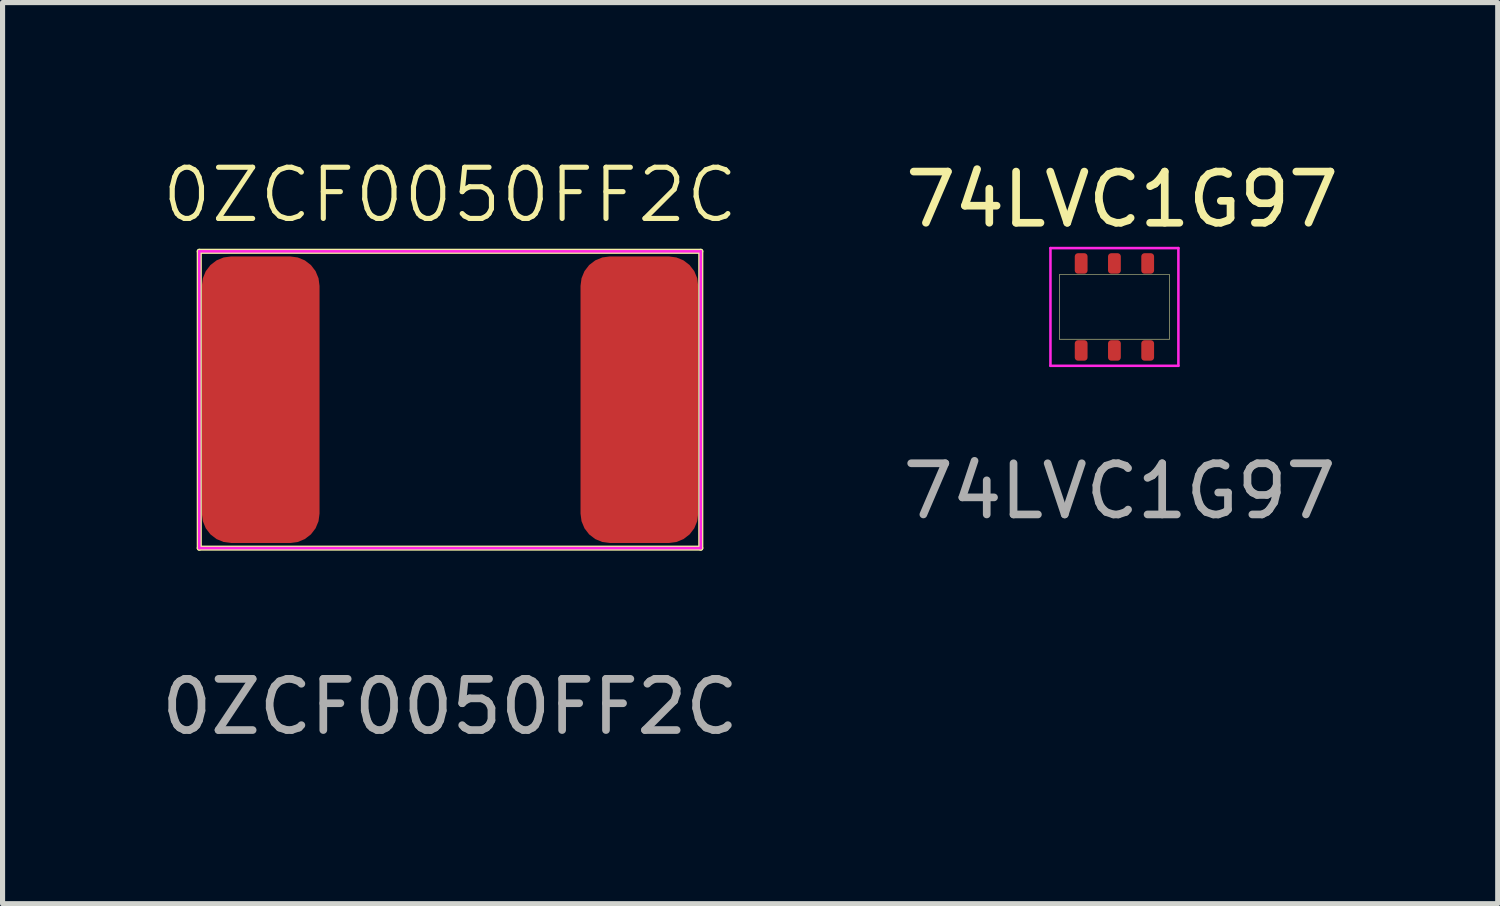
<source format=kicad_pcb>
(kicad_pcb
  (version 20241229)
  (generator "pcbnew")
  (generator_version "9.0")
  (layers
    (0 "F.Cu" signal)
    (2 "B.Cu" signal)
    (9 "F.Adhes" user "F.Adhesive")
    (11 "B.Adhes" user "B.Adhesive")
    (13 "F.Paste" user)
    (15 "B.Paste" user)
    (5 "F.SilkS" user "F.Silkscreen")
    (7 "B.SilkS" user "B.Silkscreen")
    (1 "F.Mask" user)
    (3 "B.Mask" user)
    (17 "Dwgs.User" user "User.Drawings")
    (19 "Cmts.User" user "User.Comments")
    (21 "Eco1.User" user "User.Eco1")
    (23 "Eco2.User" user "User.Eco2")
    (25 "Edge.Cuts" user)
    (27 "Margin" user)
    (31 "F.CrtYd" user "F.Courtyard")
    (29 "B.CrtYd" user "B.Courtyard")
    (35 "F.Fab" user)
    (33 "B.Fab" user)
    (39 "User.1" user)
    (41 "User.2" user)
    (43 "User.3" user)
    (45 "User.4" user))
  (footprint "74LVC1G97"
    (layer "F.Cu")
    (at 18.727 2.948)
    (property "Reference" "74LVC1G97" (at 0.15 -2.1 0) (unlocked yes) (layer "F.SilkS") (effects (font (size 1 1) (thickness 0.15))))
    (attr smd)
    (fp_line (start -1.075 -0.63) (end 1.075 -0.63) (stroke (width 0.01) (type solid)) (layer "F.SilkS"))
    (fp_line (start -1.075 0.63) (end -1.075 -0.63) (stroke (width 0.01) (type solid)) (layer "F.SilkS"))
    (fp_line (start -1.075 0.63) (end 1.075 0.63) (stroke (width 0.01) (type solid)) (layer "F.SilkS"))
    (fp_line (start 1.075 0.63) (end 1.075 -0.63) (stroke (width 0.01) (type solid)) (layer "F.SilkS"))
    (fp_line (start -1.25 -1.15) (end 1.25 -1.15) (stroke (width 0.05) (type solid)) (layer "F.CrtYd"))
    (fp_line (start -1.25 1.15) (end -1.25 -1.15) (stroke (width 0.05) (type solid)) (layer "F.CrtYd"))
    (fp_line (start -1.25 1.15) (end 1.25 1.15) (stroke (width 0.05) (type solid)) (layer "F.CrtYd"))
    (fp_line (start 1.25 1.15) (end 1.25 -1.15) (stroke (width 0.05) (type solid)) (layer "F.CrtYd"))
    (fp_text user "${REFERENCE}" (at 0.1 3.6 0) (unlocked yes) (layer "F.Fab") (effects (font (size 1 1) (thickness 0.15))))
    (pad "1" smd roundrect (at -0.65 0.85) (size 0.25 0.4) (layers "F.Cu" "F.Mask" "F.Paste") (roundrect_rratio 0.25))
    (pad "2" smd roundrect (at 0 0.85) (size 0.25 0.4) (layers "F.Cu" "F.Mask" "F.Paste") (roundrect_rratio 0.25))
    (pad "3" smd roundrect (at 0.65 0.85) (size 0.25 0.4) (layers "F.Cu" "F.Mask" "F.Paste") (roundrect_rratio 0.25))
    (pad "4" smd roundrect (at 0.65 -0.85) (size 0.25 0.4) (layers "F.Cu" "F.Mask" "F.Paste") (roundrect_rratio 0.25))
    (pad "5" smd roundrect (at 0 -0.85) (size 0.25 0.4) (layers "F.Cu" "F.Mask" "F.Paste") (roundrect_rratio 0.25))
    (pad "6" smd roundrect (at -0.65 -0.85) (size 0.25 0.4) (layers "F.Cu" "F.Mask" "F.Paste") (roundrect_rratio 0.25)))
  (footprint "0ZCF0050FF2C"
    (layer "F.Cu")
    (at 5.744 4.761)
    (property "Reference" "0ZCF0050FF2C" (at 0 -4 0) (unlocked yes) (layer "F.SilkS") (effects (font (size 1 1) (thickness 0.1))))
    (attr smd)
    (fp_line (start -4.9 -2.9) (end 4.9 -2.9) (stroke (width 0.1) (type default)) (layer "F.SilkS"))
    (fp_line (start -4.9 2.9) (end -4.9 -2.9) (stroke (width 0.1) (type default)) (layer "F.SilkS"))
    (fp_line (start -4.9 2.9) (end 4.9 2.9) (stroke (width 0.1) (type default)) (layer "F.SilkS"))
    (fp_line (start 4.9 2.9) (end 4.9 -2.9) (stroke (width 0.1) (type default)) (layer "F.SilkS"))
    (fp_line (start -4.9 -2.9) (end -4.9 2.9) (stroke (width 0.05) (type default)) (layer "F.CrtYd"))
    (fp_line (start -4.9 -2.9) (end 4.9 -2.9) (stroke (width 0.05) (type default)) (layer "F.CrtYd"))
    (fp_line (start -4.9 2.9) (end 4.9 2.9) (stroke (width 0.05) (type default)) (layer "F.CrtYd"))
    (fp_line (start 4.9 2.9) (end 4.9 -2.9) (stroke (width 0.05) (type default)) (layer "F.CrtYd"))
    (fp_text user "${REFERENCE}" (at 0 6 0) (unlocked yes) (layer "F.Fab") (effects (font (size 1 1) (thickness 0.15))))
    (pad "1" smd roundrect (at -3.7 0) (size 2.3 5.6) (layers "F.Cu" "F.Mask" "F.Paste") (roundrect_rratio 0.25))
    (pad "2" smd roundrect (at 3.7 0) (size 2.3 5.6) (layers "F.Cu" "F.Mask" "F.Paste") (roundrect_rratio 0.25)))
  (gr_rect
    (start -3 -3)
    (end 26.217 14.609)
    (stroke (width 0.1) (type default))
    (fill no)
    (layer "Edge.Cuts")))
</source>
